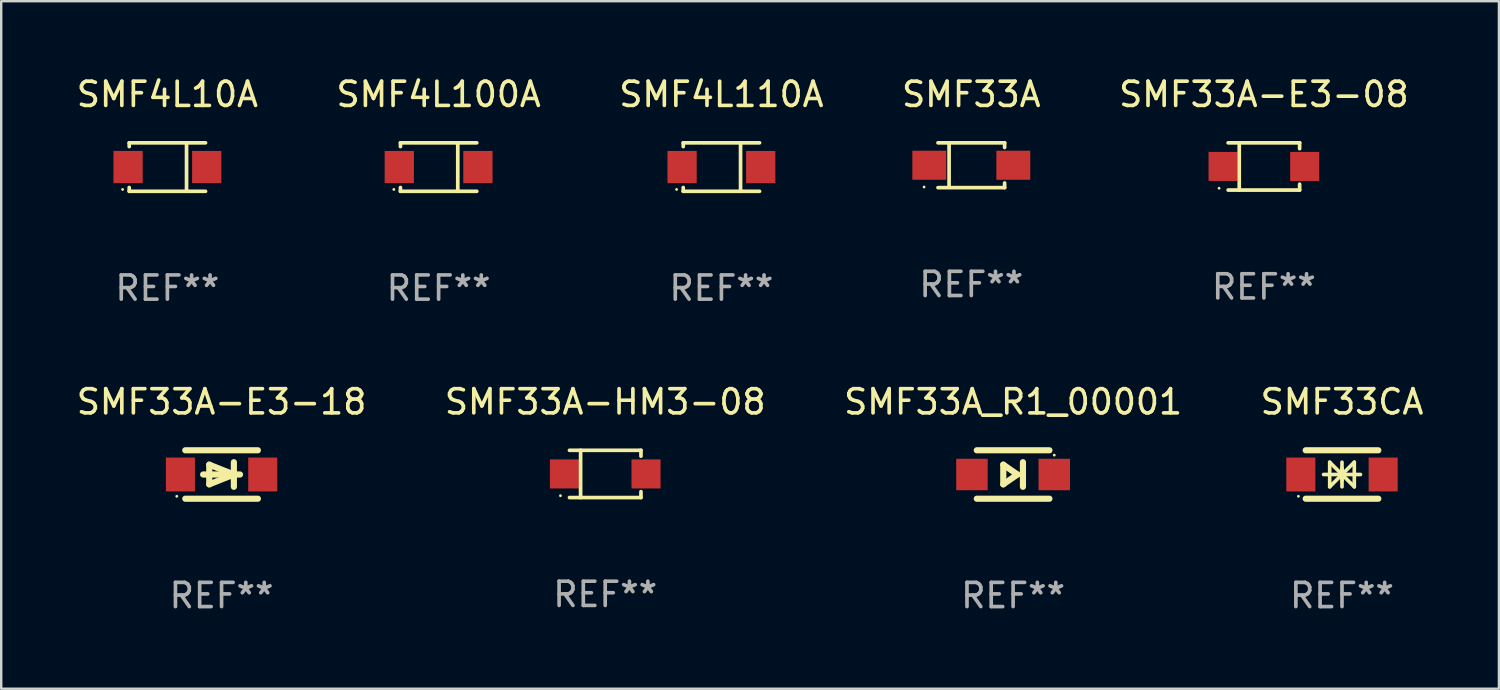
<source format=kicad_pcb>
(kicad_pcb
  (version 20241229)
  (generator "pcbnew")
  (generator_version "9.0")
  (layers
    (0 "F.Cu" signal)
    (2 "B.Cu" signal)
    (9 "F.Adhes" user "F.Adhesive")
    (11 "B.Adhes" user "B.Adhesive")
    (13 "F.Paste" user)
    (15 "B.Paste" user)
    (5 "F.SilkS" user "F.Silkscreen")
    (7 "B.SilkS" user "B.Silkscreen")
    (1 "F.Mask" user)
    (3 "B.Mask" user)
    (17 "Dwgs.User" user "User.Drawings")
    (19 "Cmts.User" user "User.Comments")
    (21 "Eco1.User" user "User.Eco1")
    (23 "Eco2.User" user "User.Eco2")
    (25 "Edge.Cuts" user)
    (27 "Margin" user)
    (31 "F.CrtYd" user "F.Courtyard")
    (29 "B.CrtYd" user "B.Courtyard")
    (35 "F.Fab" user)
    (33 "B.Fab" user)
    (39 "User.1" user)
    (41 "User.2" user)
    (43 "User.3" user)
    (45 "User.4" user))
  (footprint "SMF33A"
    (layer "F.Cu")
    (at 37.065 3.774)
    (property "Reference" "SMF33A" (at 0 -2.926 0) (layer "F.SilkS") (effects (font (size 1 1) (thickness 0.15))))
    (attr through_hole)
    (fp_line (start -1.376 -0.926) (end 1.376 -0.926) (stroke (width 0.152) (type solid)) (layer "F.SilkS"))
    (fp_line (start -1.376 0.926) (end 1.376 0.926) (stroke (width 0.152) (type solid)) (layer "F.SilkS"))
    (fp_line (start -0.917 -0.876) (end -0.917 0.876) (stroke (width 0.152) (type solid)) (layer "F.SilkS"))
    (fp_line (start 1.376 -0.926) (end 1.376 -0.733) (stroke (width 0.152) (type solid)) (layer "F.SilkS"))
    (fp_line (start 1.376 0.926) (end 1.376 0.733) (stroke (width 0.152) (type solid)) (layer "F.SilkS"))
    (fp_circle (center -1.95 0.9) (end -1.92 0.9) (stroke (width 0.06) (type solid)) (fill no) (layer "F.SilkS"))
    (fp_text user "REF**" (at 0 4.926 0) (layer "F.Fab") (effects (font (size 1 1) (thickness 0.15))))
    (pad "1" smd rect (at -1.735 0) (size 1.4 1.2) (layers "F.Cu" "F.Mask" "F.Paste"))
    (pad "2" smd rect (at 1.735 0) (size 1.4 1.2) (layers "F.Cu" "F.Mask" "F.Paste")))
  (footprint "SMF33A-E3-18"
    (layer "F.Cu")
    (at 6.101 16.547)
    (property "Reference" "SMF33A-E3-18" (at 0 -3 0) (layer "F.SilkS") (effects (font (size 1 1) (thickness 0.15))))
    (attr through_hole)
    (fp_line (start -1.5 -1) (end 1.5 -1) (stroke (width 0.254) (type solid)) (layer "F.SilkS"))
    (fp_line (start -1.5 1) (end 1.5 1) (stroke (width 0.254) (type solid)) (layer "F.SilkS"))
    (fp_line (start -0.508 -0.406) (end 0.508 0) (stroke (width 0.254) (type solid)) (layer "F.SilkS"))
    (fp_line (start -0.508 0.406) (end -0.508 -0.406) (stroke (width 0.254) (type solid)) (layer "F.SilkS"))
    (fp_line (start 0.508 0) (end -0.508 0.406) (stroke (width 0.254) (type solid)) (layer "F.SilkS"))
    (fp_line (start 0.508 0.508) (end 0.508 -0.508) (stroke (width 0.254) (type solid)) (layer "F.SilkS"))
    (fp_line (start 0.762 0) (end -0.762 0) (stroke (width 0.254) (type solid)) (layer "F.SilkS"))
    (fp_circle (center -1.85 0.9) (end -1.82 0.9) (stroke (width 0.06) (type solid)) (fill no) (layer "F.SilkS"))
    (fp_text user "REF**" (at 0 5 0) (layer "F.Fab") (effects (font (size 1 1) (thickness 0.15))))
    (pad "1" smd rect (at -1.7 0) (size 1.2 1.4) (layers "F.Cu" "F.Mask" "F.Paste"))
    (pad "2" smd rect (at 1.7 0) (size 1.2 1.4) (layers "F.Cu" "F.Mask" "F.Paste")))
  (footprint "SMF33A-HM3-08"
    (layer "F.Cu")
    (at 21.946 16.523)
    (property "Reference" "SMF33A-HM3-08" (at 0 -2.976 0) (layer "F.SilkS") (effects (font (size 1 1) (thickness 0.15))))
    (attr through_hole)
    (fp_line (start -1.476 -0.976) (end 1.476 -0.976) (stroke (width 0.152) (type solid)) (layer "F.SilkS"))
    (fp_line (start -1.476 0.976) (end 1.476 0.976) (stroke (width 0.152) (type solid)) (layer "F.SilkS"))
    (fp_line (start -1.017 -0.976) (end -1.017 0.976) (stroke (width 0.152) (type solid)) (layer "F.SilkS"))
    (fp_line (start 1.476 -0.976) (end 1.476 -0.733) (stroke (width 0.152) (type solid)) (layer "F.SilkS"))
    (fp_line (start 1.476 0.976) (end 1.476 0.733) (stroke (width 0.152) (type solid)) (layer "F.SilkS"))
    (fp_circle (center -1.85 0.9) (end -1.82 0.9) (stroke (width 0.06) (type solid)) (fill no) (layer "F.SilkS"))
    (fp_text user "REF**" (at 0 4.976 0) (layer "F.Fab") (effects (font (size 1 1) (thickness 0.15))))
    (pad "1" smd rect (at -1.685 0) (size 1.2 1.2) (layers "F.Cu" "F.Mask" "F.Paste"))
    (pad "2" smd rect (at 1.685 0) (size 1.2 1.2) (layers "F.Cu" "F.Mask" "F.Paste")))
  (footprint "SMF4L10A"
    (layer "F.Cu")
    (at 3.863 3.849)
    (property "Reference" "SMF4L10A" (at 0 -3.001 0) (layer "F.SilkS") (effects (font (size 1 1) (thickness 0.15))))
    (attr through_hole)
    (fp_line (start -1.576 -1.001) (end -1.576 -0.845) (stroke (width 0.152) (type solid)) (layer "F.SilkS"))
    (fp_line (start -1.576 -1.001) (end 1.576 -1.001) (stroke (width 0.152) (type solid)) (layer "F.SilkS"))
    (fp_line (start -1.576 0.845) (end -1.576 1.001) (stroke (width 0.152) (type solid)) (layer "F.SilkS"))
    (fp_line (start -1.576 1.001) (end 1.576 1.001) (stroke (width 0.152) (type solid)) (layer "F.SilkS"))
    (fp_line (start 0.791 -1.001) (end 0.791 1.001) (stroke (width 0.152) (type solid)) (layer "F.SilkS"))
    (fp_circle (center -1.85 0.925) (end -1.82 0.925) (stroke (width 0.06) (type solid)) (fill no) (layer "F.SilkS"))
    (fp_text user "REF**" (at 0 5.001 0) (layer "F.Fab") (effects (font (size 1 1) (thickness 0.15))))
    (pad "1" smd rect (at -1.624 0) (size 1.208 1.33) (layers "F.Cu" "F.Mask" "F.Paste"))
    (pad "2" smd rect (at 1.624 0) (size 1.208 1.33) (layers "F.Cu" "F.Mask" "F.Paste")))
  (footprint "SMF4L100A"
    (layer "F.Cu")
    (at 15.065 3.849)
    (property "Reference" "SMF4L100A" (at 0 -3.001 0) (layer "F.SilkS") (effects (font (size 1 1) (thickness 0.15))))
    (attr through_hole)
    (fp_line (start -1.576 -1.001) (end -1.576 -0.845) (stroke (width 0.152) (type solid)) (layer "F.SilkS"))
    (fp_line (start -1.576 -1.001) (end 1.576 -1.001) (stroke (width 0.152) (type solid)) (layer "F.SilkS"))
    (fp_line (start -1.576 0.845) (end -1.576 1.001) (stroke (width 0.152) (type solid)) (layer "F.SilkS"))
    (fp_line (start -1.576 1.001) (end 1.576 1.001) (stroke (width 0.152) (type solid)) (layer "F.SilkS"))
    (fp_line (start 0.791 -1.001) (end 0.791 1.001) (stroke (width 0.152) (type solid)) (layer "F.SilkS"))
    (fp_circle (center -1.85 0.925) (end -1.82 0.925) (stroke (width 0.06) (type solid)) (fill no) (layer "F.SilkS"))
    (fp_text user "REF**" (at 0 5.001 0) (layer "F.Fab") (effects (font (size 1 1) (thickness 0.15))))
    (pad "1" smd rect (at -1.624 0) (size 1.208 1.33) (layers "F.Cu" "F.Mask" "F.Paste"))
    (pad "2" smd rect (at 1.624 0) (size 1.208 1.33) (layers "F.Cu" "F.Mask" "F.Paste")))
  (footprint "SMF33A-E3-08"
    (layer "F.Cu")
    (at 49.149 3.824)
    (property "Reference" "SMF33A-E3-08" (at 0 -2.976 0) (layer "F.SilkS") (effects (font (size 1 1) (thickness 0.15))))
    (attr through_hole)
    (fp_line (start -1.476 -0.976) (end 1.476 -0.976) (stroke (width 0.152) (type solid)) (layer "F.SilkS"))
    (fp_line (start -1.476 0.976) (end 1.476 0.976) (stroke (width 0.152) (type solid)) (layer "F.SilkS"))
    (fp_line (start -1.017 -0.976) (end -1.017 0.976) (stroke (width 0.152) (type solid)) (layer "F.SilkS"))
    (fp_line (start 1.476 -0.976) (end 1.476 -0.733) (stroke (width 0.152) (type solid)) (layer "F.SilkS"))
    (fp_line (start 1.476 0.976) (end 1.476 0.733) (stroke (width 0.152) (type solid)) (layer "F.SilkS"))
    (fp_circle (center -1.85 0.9) (end -1.82 0.9) (stroke (width 0.06) (type solid)) (fill no) (layer "F.SilkS"))
    (fp_text user "REF**" (at 0 4.976 0) (layer "F.Fab") (effects (font (size 1 1) (thickness 0.15))))
    (pad "1" smd rect (at -1.685 0) (size 1.2 1.2) (layers "F.Cu" "F.Mask" "F.Paste"))
    (pad "2" smd rect (at 1.685 0) (size 1.2 1.2) (layers "F.Cu" "F.Mask" "F.Paste")))
  (footprint "SMF33A_R1_00001"
    (layer "F.Cu")
    (at 38.792 16.547)
    (property "Reference" "SMF33A_R1_00001" (at 0 -3 0) (layer "F.SilkS") (effects (font (size 1 1) (thickness 0.15))))
    (attr through_hole)
    (fp_line (start -1.5 -1) (end 1.5 -1) (stroke (width 0.254) (type solid)) (layer "F.SilkS"))
    (fp_line (start -0.406 -0.406) (end 0.178 0) (stroke (width 0.254) (type solid)) (layer "F.SilkS"))
    (fp_line (start -0.406 0.406) (end -0.406 -0.406) (stroke (width 0.254) (type solid)) (layer "F.SilkS"))
    (fp_line (start 0.178 0) (end -0.406 0.406) (stroke (width 0.254) (type solid)) (layer "F.SilkS"))
    (fp_line (start 0.406 0.508) (end 0.406 -0.508) (stroke (width 0.254) (type solid)) (layer "F.SilkS"))
    (fp_line (start 1.5 1) (end -1.5 1) (stroke (width 0.254) (type solid)) (layer "F.SilkS"))
    (fp_circle (center 1.7 -0.8) (end 1.73 -0.8) (stroke (width 0.06) (type solid)) (fill no) (layer "F.SilkS"))
    (fp_text user "REF**" (at 0 5 0) (layer "F.Fab") (effects (font (size 1 1) (thickness 0.15))))
    (pad "1" smd rect (at 1.7 0 180) (size 1.3 1.3) (layers "F.Cu" "F.Mask" "F.Paste"))
    (pad "2" smd rect (at -1.7 0 180) (size 1.3 1.3) (layers "F.Cu" "F.Mask" "F.Paste")))
  (footprint "SMF4L110A"
    (layer "F.Cu")
    (at 26.744 3.849)
    (property "Reference" "SMF4L110A" (at 0 -3.001 0) (layer "F.SilkS") (effects (font (size 1 1) (thickness 0.15))))
    (attr through_hole)
    (fp_line (start -1.576 -1.001) (end -1.576 -0.845) (stroke (width 0.152) (type solid)) (layer "F.SilkS"))
    (fp_line (start -1.576 -1.001) (end 1.576 -1.001) (stroke (width 0.152) (type solid)) (layer "F.SilkS"))
    (fp_line (start -1.576 0.845) (end -1.576 1.001) (stroke (width 0.152) (type solid)) (layer "F.SilkS"))
    (fp_line (start -1.576 1.001) (end 1.576 1.001) (stroke (width 0.152) (type solid)) (layer "F.SilkS"))
    (fp_line (start 0.791 -1.001) (end 0.791 1.001) (stroke (width 0.152) (type solid)) (layer "F.SilkS"))
    (fp_circle (center -1.85 0.925) (end -1.82 0.925) (stroke (width 0.06) (type solid)) (fill no) (layer "F.SilkS"))
    (fp_text user "REF**" (at 0 5.001 0) (layer "F.Fab") (effects (font (size 1 1) (thickness 0.15))))
    (pad "1" smd rect (at -1.624 0) (size 1.208 1.33) (layers "F.Cu" "F.Mask" "F.Paste"))
    (pad "2" smd rect (at 1.624 0) (size 1.208 1.33) (layers "F.Cu" "F.Mask" "F.Paste")))
  (footprint "SMF33CA"
    (layer "F.Cu")
    (at 52.375 16.547)
    (property "Reference" "SMF33CA" (at 0 -3 0) (layer "F.SilkS") (effects (font (size 1 1) (thickness 0.15))))
    (attr through_hole)
    (fp_line (start -1.5 -1) (end 1.5 -1) (stroke (width 0.254) (type solid)) (layer "F.SilkS"))
    (fp_line (start -1.5 1) (end 1.5 1) (stroke (width 0.254) (type solid)) (layer "F.SilkS"))
    (fp_line (start -0.762 0) (end 0.762 0) (stroke (width 0.15) (type solid)) (layer "F.SilkS"))
    (fp_line (start -0.508 -0.508) (end -0.508 0.508) (stroke (width 0.15) (type solid)) (layer "F.SilkS"))
    (fp_line (start 0 -0.508) (end 0 0.508) (stroke (width 0.15) (type solid)) (layer "F.SilkS"))
    (fp_line (start 0 0) (end -0.508 -0.508) (stroke (width 0.15) (type solid)) (layer "F.SilkS"))
    (fp_line (start 0 0) (end -0.508 0.508) (stroke (width 0.15) (type solid)) (layer "F.SilkS"))
    (fp_line (start 0 0) (end 0.508 -0.508) (stroke (width 0.15) (type solid)) (layer "F.SilkS"))
    (fp_line (start 0 0) (end 0.508 0.508) (stroke (width 0.15) (type solid)) (layer "F.SilkS"))
    (fp_line (start 0 0.254) (end 0 -0.254) (stroke (width 0.15) (type solid)) (layer "F.SilkS"))
    (fp_line (start 0.508 0.508) (end 0.508 -0.508) (stroke (width 0.15) (type solid)) (layer "F.SilkS"))
    (fp_circle (center -1.8 0.9) (end -1.77 0.9) (stroke (width 0.06) (type solid)) (fill no) (layer "F.SilkS"))
    (fp_text user "REF**" (at 0 5 0) (layer "F.Fab") (effects (font (size 1 1) (thickness 0.15))))
    (pad "1" smd rect (at -1.7 0) (size 1.2 1.4) (layers "F.Cu" "F.Mask" "F.Paste"))
    (pad "2" smd rect (at 1.7 0) (size 1.2 1.4) (layers "F.Cu" "F.Mask" "F.Paste")))
  (gr_rect
    (start -3 -3)
    (end 58.857 25.395)
    (stroke (width 0.1) (type default))
    (fill no)
    (layer "Edge.Cuts")))
</source>
